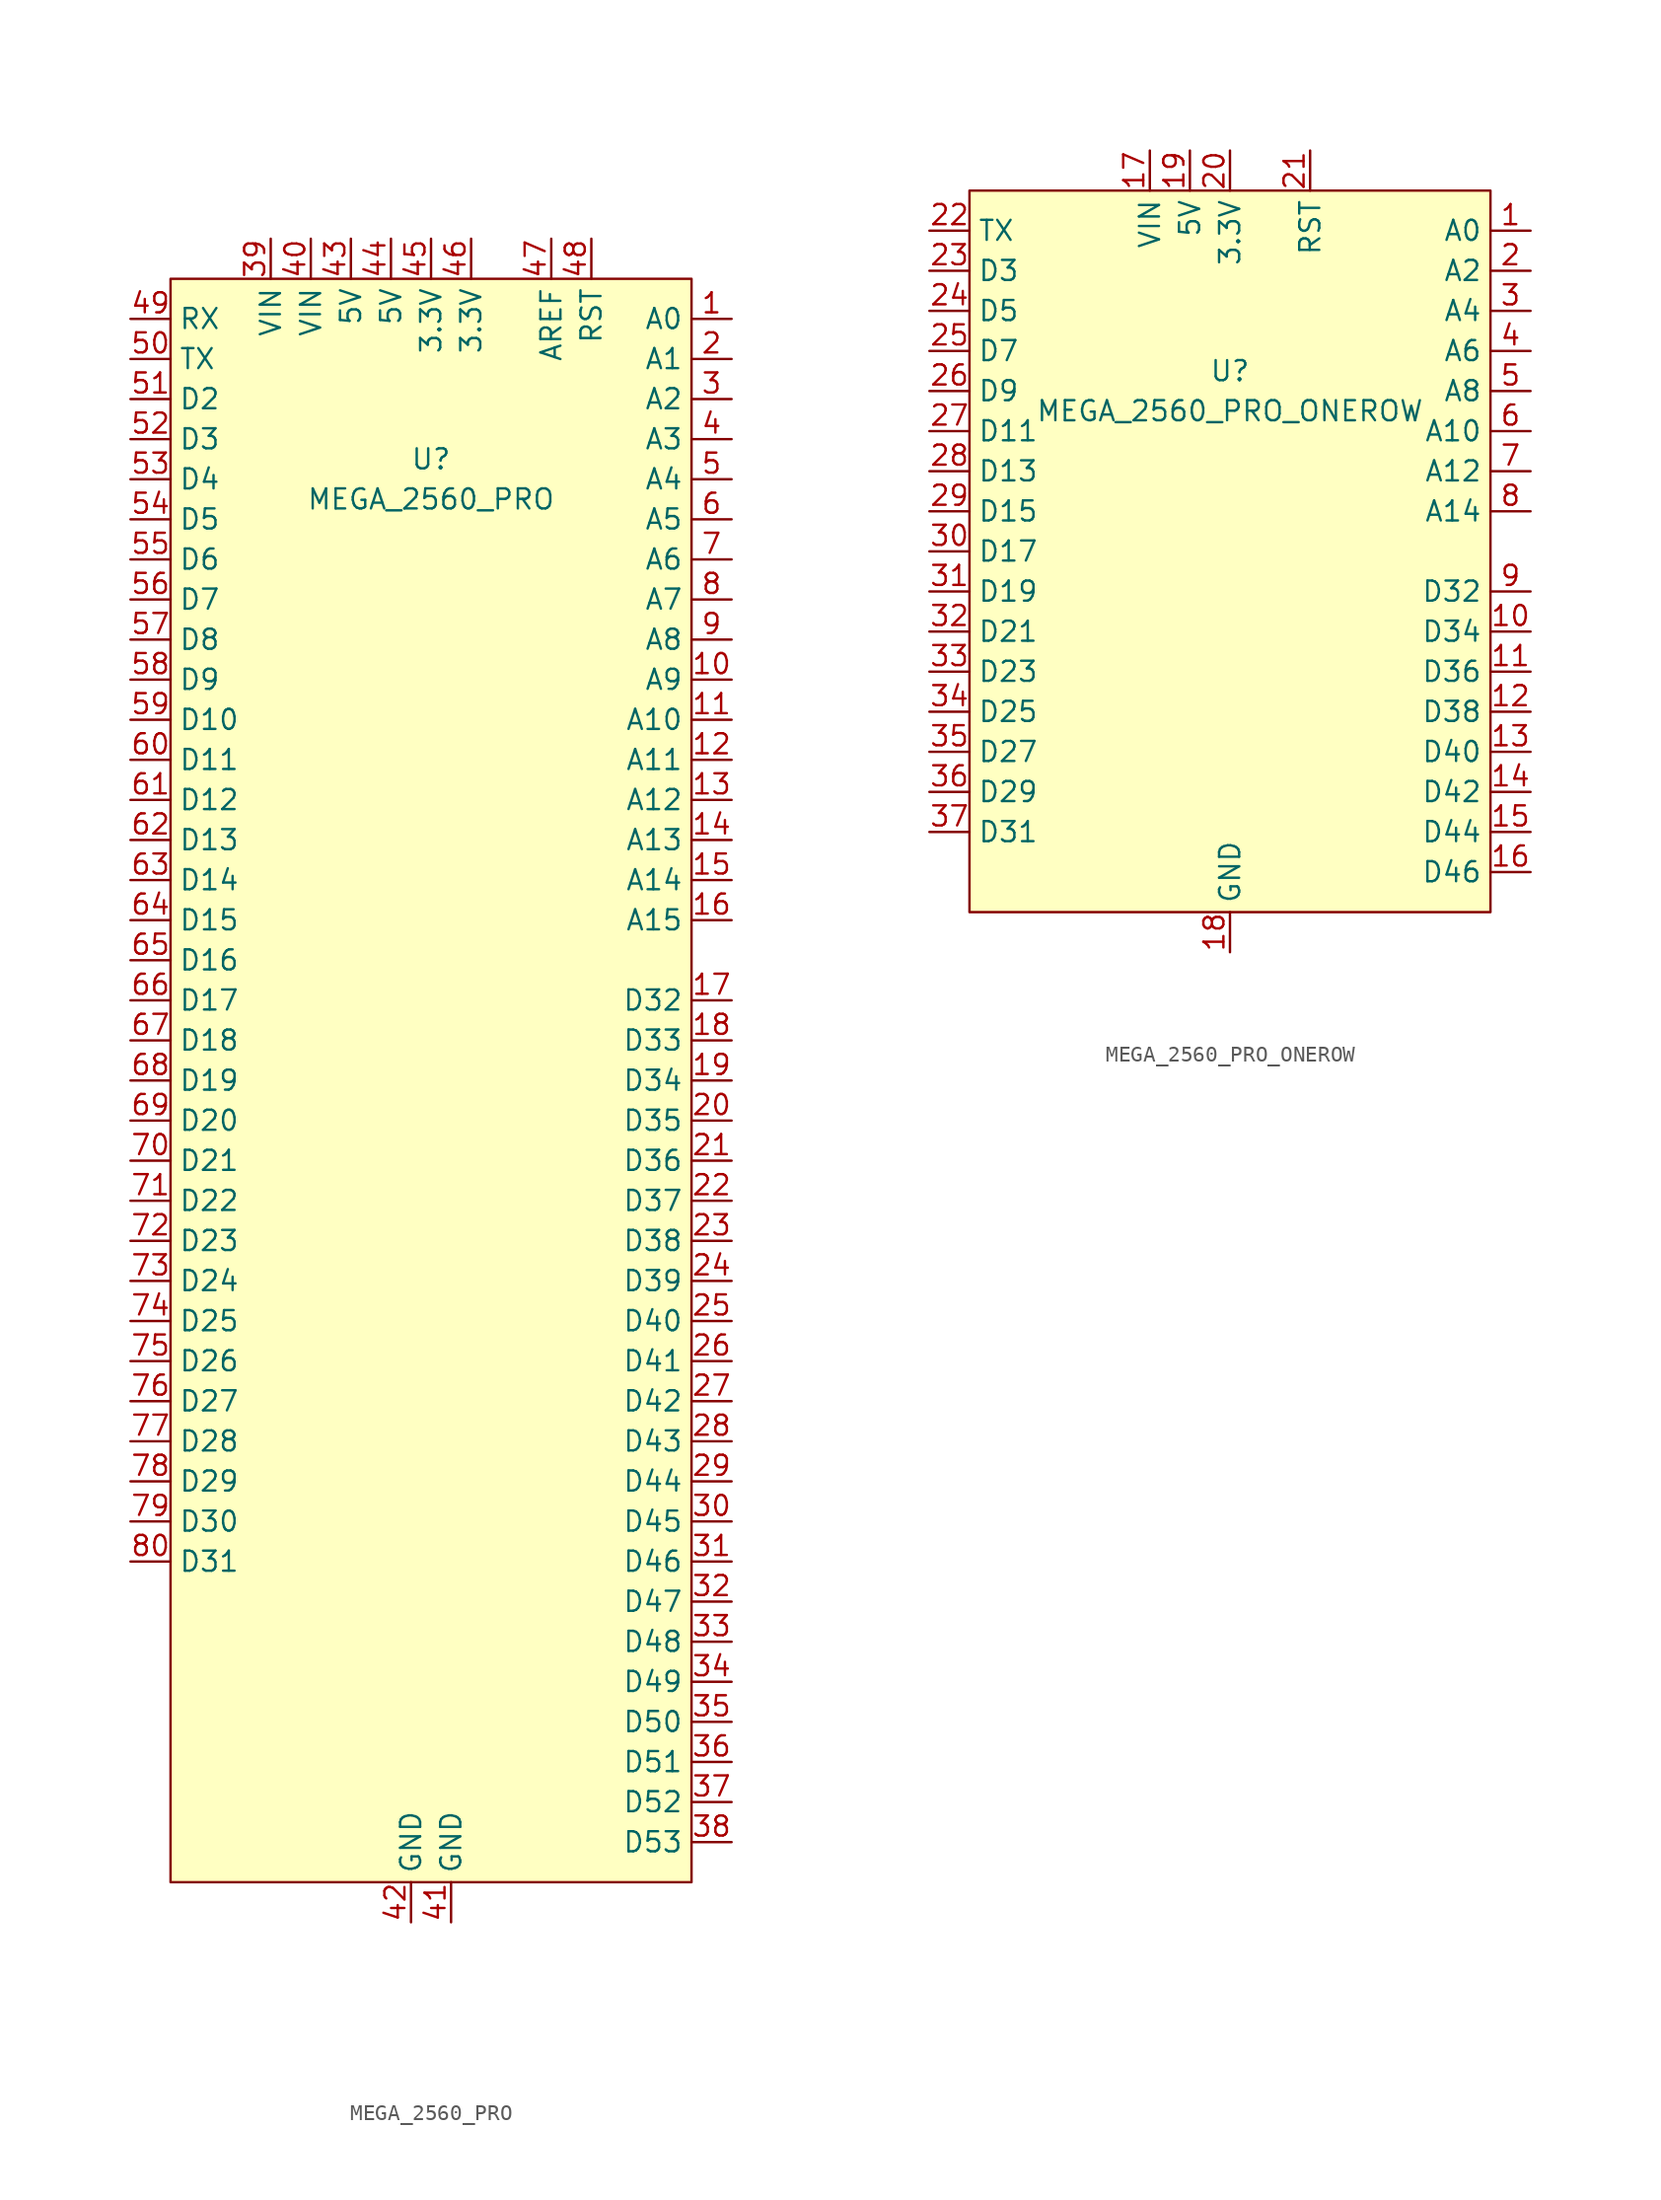
<source format=kicad_sym>
(kicad_symbol_lib
  (version 20211014)
  (generator kicad_symbol_editor)
  (symbol "MEGA_2560_PRO"
    (property "Reference" "U"
      (at 0 -11.43 0)
      (effects (font (size 1.27 1.27))))
    (property "Value" "MEGA_2560_PRO"
      (at 0 -13.97 0)
      (effects (font (size 1.27 1.27))))
    (symbol "MEGA_2560_PRO_0_1"
      (rectangle (start -16.51 0) (end 16.51 -101.6) (stroke (width 0) (type default) (color 0 0 0 0)) (fill (type background))))
    (symbol "MEGA_2560_PRO_1_1"
      (pin output line (at 19.05 -2.54 180) (length 2.54) (name "A0" (effects (font (size 1.27 1.27)))) (number "1" (effects (font (size 1.27 1.27)))))
      (pin output line (at 19.05 -25.4 180) (length 2.54) (name "A9" (effects (font (size 1.27 1.27)))) (number "10" (effects (font (size 1.27 1.27)))))
      (pin output line (at 19.05 -27.94 180) (length 2.54) (name "A10" (effects (font (size 1.27 1.27)))) (number "11" (effects (font (size 1.27 1.27)))))
      (pin output line (at 19.05 -30.48 180) (length 2.54) (name "A11" (effects (font (size 1.27 1.27)))) (number "12" (effects (font (size 1.27 1.27)))))
      (pin output line (at 19.05 -33.02 180) (length 2.54) (name "A12" (effects (font (size 1.27 1.27)))) (number "13" (effects (font (size 1.27 1.27)))))
      (pin output line (at 19.05 -35.56 180) (length 2.54) (name "A13" (effects (font (size 1.27 1.27)))) (number "14" (effects (font (size 1.27 1.27)))))
      (pin output line (at 19.05 -38.1 180) (length 2.54) (name "A14" (effects (font (size 1.27 1.27)))) (number "15" (effects (font (size 1.27 1.27)))))
      (pin output line (at 19.05 -40.64 180) (length 2.54) (name "A15" (effects (font (size 1.27 1.27)))) (number "16" (effects (font (size 1.27 1.27)))))
      (pin output line (at 19.05 -45.72 180) (length 2.54) (name "D32" (effects (font (size 1.27 1.27)))) (number "17" (effects (font (size 1.27 1.27)))))
      (pin output line (at 19.05 -48.26 180) (length 2.54) (name "D33" (effects (font (size 1.27 1.27)))) (number "18" (effects (font (size 1.27 1.27)))))
      (pin output line (at 19.05 -50.8 180) (length 2.54) (name "D34" (effects (font (size 1.27 1.27)))) (number "19" (effects (font (size 1.27 1.27)))))
      (pin output line (at 19.05 -5.08 180) (length 2.54) (name "A1" (effects (font (size 1.27 1.27)))) (number "2" (effects (font (size 1.27 1.27)))))
      (pin output line (at 19.05 -53.34 180) (length 2.54) (name "D35" (effects (font (size 1.27 1.27)))) (number "20" (effects (font (size 1.27 1.27)))))
      (pin output line (at 19.05 -55.88 180) (length 2.54) (name "D36" (effects (font (size 1.27 1.27)))) (number "21" (effects (font (size 1.27 1.27)))))
      (pin output line (at 19.05 -58.42 180) (length 2.54) (name "D37" (effects (font (size 1.27 1.27)))) (number "22" (effects (font (size 1.27 1.27)))))
      (pin output line (at 19.05 -60.96 180) (length 2.54) (name "D38" (effects (font (size 1.27 1.27)))) (number "23" (effects (font (size 1.27 1.27)))))
      (pin output line (at 19.05 -63.5 180) (length 2.54) (name "D39" (effects (font (size 1.27 1.27)))) (number "24" (effects (font (size 1.27 1.27)))))
      (pin output line (at 19.05 -66.04 180) (length 2.54) (name "D40" (effects (font (size 1.27 1.27)))) (number "25" (effects (font (size 1.27 1.27)))))
      (pin output line (at 19.05 -68.58 180) (length 2.54) (name "D41" (effects (font (size 1.27 1.27)))) (number "26" (effects (font (size 1.27 1.27)))))
      (pin output line (at 19.05 -71.12 180) (length 2.54) (name "D42" (effects (font (size 1.27 1.27)))) (number "27" (effects (font (size 1.27 1.27)))))
      (pin output line (at 19.05 -73.66 180) (length 2.54) (name "D43" (effects (font (size 1.27 1.27)))) (number "28" (effects (font (size 1.27 1.27)))))
      (pin output line (at 19.05 -76.2 180) (length 2.54) (name "D44" (effects (font (size 1.27 1.27)))) (number "29" (effects (font (size 1.27 1.27)))))
      (pin output line (at 19.05 -7.62 180) (length 2.54) (name "A2" (effects (font (size 1.27 1.27)))) (number "3" (effects (font (size 1.27 1.27)))))
      (pin output line (at 19.05 -78.74 180) (length 2.54) (name "D45" (effects (font (size 1.27 1.27)))) (number "30" (effects (font (size 1.27 1.27)))))
      (pin output line (at 19.05 -81.28 180) (length 2.54) (name "D46" (effects (font (size 1.27 1.27)))) (number "31" (effects (font (size 1.27 1.27)))))
      (pin output line (at 19.05 -83.82 180) (length 2.54) (name "D47" (effects (font (size 1.27 1.27)))) (number "32" (effects (font (size 1.27 1.27)))))
      (pin output line (at 19.05 -86.36 180) (length 2.54) (name "D48" (effects (font (size 1.27 1.27)))) (number "33" (effects (font (size 1.27 1.27)))))
      (pin output line (at 19.05 -88.9 180) (length 2.54) (name "D49" (effects (font (size 1.27 1.27)))) (number "34" (effects (font (size 1.27 1.27)))))
      (pin output line (at 19.05 -91.44 180) (length 2.54) (name "D50" (effects (font (size 1.27 1.27)))) (number "35" (effects (font (size 1.27 1.27)))))
      (pin output line (at 19.05 -93.98 180) (length 2.54) (name "D51" (effects (font (size 1.27 1.27)))) (number "36" (effects (font (size 1.27 1.27)))))
      (pin output line (at 19.05 -96.52 180) (length 2.54) (name "D52" (effects (font (size 1.27 1.27)))) (number "37" (effects (font (size 1.27 1.27)))))
      (pin output line (at 19.05 -99.06 180) (length 2.54) (name "D53" (effects (font (size 1.27 1.27)))) (number "38" (effects (font (size 1.27 1.27)))))
      (pin power_in line (at -10.16 2.54 270) (length 2.54) (name "VIN" (effects (font (size 1.27 1.27)))) (number "39" (effects (font (size 1.27 1.27)))))
      (pin output line (at 19.05 -10.16 180) (length 2.54) (name "A3" (effects (font (size 1.27 1.27)))) (number "4" (effects (font (size 1.27 1.27)))))
      (pin power_in line (at -7.62 2.54 270) (length 2.54) (name "VIN" (effects (font (size 1.27 1.27)))) (number "40" (effects (font (size 1.27 1.27)))))
      (pin power_in line (at 1.27 -104.14 90) (length 2.54) (name "GND" (effects (font (size 1.27 1.27)))) (number "41" (effects (font (size 1.27 1.27)))))
      (pin power_in line (at -1.27 -104.14 90) (length 2.54) (name "GND" (effects (font (size 1.27 1.27)))) (number "42" (effects (font (size 1.27 1.27)))))
      (pin power_out line (at -5.08 2.54 270) (length 2.54) (name "5V" (effects (font (size 1.27 1.27)))) (number "43" (effects (font (size 1.27 1.27)))))
      (pin power_out line (at -2.54 2.54 270) (length 2.54) (name "5V" (effects (font (size 1.27 1.27)))) (number "44" (effects (font (size 1.27 1.27)))))
      (pin power_out line (at 0 2.54 270) (length 2.54) (name "3.3V" (effects (font (size 1.27 1.27)))) (number "45" (effects (font (size 1.27 1.27)))))
      (pin power_out line (at 2.54 2.54 270) (length 2.54) (name "3.3V" (effects (font (size 1.27 1.27)))) (number "46" (effects (font (size 1.27 1.27)))))
      (pin output line (at 7.62 2.54 270) (length 2.54) (name "AREF" (effects (font (size 1.27 1.27)))) (number "47" (effects (font (size 1.27 1.27)))))
      (pin output line (at 10.16 2.54 270) (length 2.54) (name "RST" (effects (font (size 1.27 1.27)))) (number "48" (effects (font (size 1.27 1.27)))))
      (pin output line (at -19.05 -2.54 0) (length 2.54) (name "RX" (effects (font (size 1.27 1.27)))) (number "49" (effects (font (size 1.27 1.27)))))
      (pin output line (at 19.05 -12.7 180) (length 2.54) (name "A4" (effects (font (size 1.27 1.27)))) (number "5" (effects (font (size 1.27 1.27)))))
      (pin output line (at -19.05 -5.08 0) (length 2.54) (name "TX" (effects (font (size 1.27 1.27)))) (number "50" (effects (font (size 1.27 1.27)))))
      (pin output line (at -19.05 -7.62 0) (length 2.54) (name "D2" (effects (font (size 1.27 1.27)))) (number "51" (effects (font (size 1.27 1.27)))))
      (pin output line (at -19.05 -10.16 0) (length 2.54) (name "D3" (effects (font (size 1.27 1.27)))) (number "52" (effects (font (size 1.27 1.27)))))
      (pin output line (at -19.05 -12.7 0) (length 2.54) (name "D4" (effects (font (size 1.27 1.27)))) (number "53" (effects (font (size 1.27 1.27)))))
      (pin output line (at -19.05 -15.24 0) (length 2.54) (name "D5" (effects (font (size 1.27 1.27)))) (number "54" (effects (font (size 1.27 1.27)))))
      (pin output line (at -19.05 -17.78 0) (length 2.54) (name "D6" (effects (font (size 1.27 1.27)))) (number "55" (effects (font (size 1.27 1.27)))))
      (pin output line (at -19.05 -20.32 0) (length 2.54) (name "D7" (effects (font (size 1.27 1.27)))) (number "56" (effects (font (size 1.27 1.27)))))
      (pin output line (at -19.05 -22.86 0) (length 2.54) (name "D8" (effects (font (size 1.27 1.27)))) (number "57" (effects (font (size 1.27 1.27)))))
      (pin output line (at -19.05 -25.4 0) (length 2.54) (name "D9" (effects (font (size 1.27 1.27)))) (number "58" (effects (font (size 1.27 1.27)))))
      (pin output line (at -19.05 -27.94 0) (length 2.54) (name "D10" (effects (font (size 1.27 1.27)))) (number "59" (effects (font (size 1.27 1.27)))))
      (pin output line (at 19.05 -15.24 180) (length 2.54) (name "A5" (effects (font (size 1.27 1.27)))) (number "6" (effects (font (size 1.27 1.27)))))
      (pin output line (at -19.05 -30.48 0) (length 2.54) (name "D11" (effects (font (size 1.27 1.27)))) (number "60" (effects (font (size 1.27 1.27)))))
      (pin output line (at -19.05 -33.02 0) (length 2.54) (name "D12" (effects (font (size 1.27 1.27)))) (number "61" (effects (font (size 1.27 1.27)))))
      (pin output line (at -19.05 -35.56 0) (length 2.54) (name "D13" (effects (font (size 1.27 1.27)))) (number "62" (effects (font (size 1.27 1.27)))))
      (pin output line (at -19.05 -38.1 0) (length 2.54) (name "D14" (effects (font (size 1.27 1.27)))) (number "63" (effects (font (size 1.27 1.27)))))
      (pin output line (at -19.05 -40.64 0) (length 2.54) (name "D15" (effects (font (size 1.27 1.27)))) (number "64" (effects (font (size 1.27 1.27)))))
      (pin output line (at -19.05 -43.18 0) (length 2.54) (name "D16" (effects (font (size 1.27 1.27)))) (number "65" (effects (font (size 1.27 1.27)))))
      (pin output line (at -19.05 -45.72 0) (length 2.54) (name "D17" (effects (font (size 1.27 1.27)))) (number "66" (effects (font (size 1.27 1.27)))))
      (pin output line (at -19.05 -48.26 0) (length 2.54) (name "D18" (effects (font (size 1.27 1.27)))) (number "67" (effects (font (size 1.27 1.27)))))
      (pin output line (at -19.05 -50.8 0) (length 2.54) (name "D19" (effects (font (size 1.27 1.27)))) (number "68" (effects (font (size 1.27 1.27)))))
      (pin output line (at -19.05 -53.34 0) (length 2.54) (name "D20" (effects (font (size 1.27 1.27)))) (number "69" (effects (font (size 1.27 1.27)))))
      (pin output line (at 19.05 -17.78 180) (length 2.54) (name "A6" (effects (font (size 1.27 1.27)))) (number "7" (effects (font (size 1.27 1.27)))))
      (pin output line (at -19.05 -55.88 0) (length 2.54) (name "D21" (effects (font (size 1.27 1.27)))) (number "70" (effects (font (size 1.27 1.27)))))
      (pin output line (at -19.05 -58.42 0) (length 2.54) (name "D22" (effects (font (size 1.27 1.27)))) (number "71" (effects (font (size 1.27 1.27)))))
      (pin output line (at -19.05 -60.96 0) (length 2.54) (name "D23" (effects (font (size 1.27 1.27)))) (number "72" (effects (font (size 1.27 1.27)))))
      (pin output line (at -19.05 -63.5 0) (length 2.54) (name "D24" (effects (font (size 1.27 1.27)))) (number "73" (effects (font (size 1.27 1.27)))))
      (pin output line (at -19.05 -66.04 0) (length 2.54) (name "D25" (effects (font (size 1.27 1.27)))) (number "74" (effects (font (size 1.27 1.27)))))
      (pin output line (at -19.05 -68.58 0) (length 2.54) (name "D26" (effects (font (size 1.27 1.27)))) (number "75" (effects (font (size 1.27 1.27)))))
      (pin output line (at -19.05 -71.12 0) (length 2.54) (name "D27" (effects (font (size 1.27 1.27)))) (number "76" (effects (font (size 1.27 1.27)))))
      (pin output line (at -19.05 -73.66 0) (length 2.54) (name "D28" (effects (font (size 1.27 1.27)))) (number "77" (effects (font (size 1.27 1.27)))))
      (pin output line (at -19.05 -76.2 0) (length 2.54) (name "D29" (effects (font (size 1.27 1.27)))) (number "78" (effects (font (size 1.27 1.27)))))
      (pin output line (at -19.05 -78.74 0) (length 2.54) (name "D30" (effects (font (size 1.27 1.27)))) (number "79" (effects (font (size 1.27 1.27)))))
      (pin output line (at 19.05 -20.32 180) (length 2.54) (name "A7" (effects (font (size 1.27 1.27)))) (number "8" (effects (font (size 1.27 1.27)))))
      (pin output line (at -19.05 -81.28 0) (length 2.54) (name "D31" (effects (font (size 1.27 1.27)))) (number "80" (effects (font (size 1.27 1.27)))))
      (pin output line (at 19.05 -22.86 180) (length 2.54) (name "A8" (effects (font (size 1.27 1.27)))) (number "9" (effects (font (size 1.27 1.27)))))))
  (symbol "MEGA_2560_PRO_ONEROW"
    (property "Reference" "U"
      (at 0 -11.43 0)
      (effects (font (size 1.27 1.27))))
    (property "Value" "MEGA_2560_PRO_ONEROW"
      (at 0 -13.97 0)
      (effects (font (size 1.27 1.27))))
    (symbol "MEGA_2560_PRO_ONEROW_0_1"
      (rectangle (start -16.51 0) (end 16.51 -45.72) (stroke (width 0) (type default) (color 0 0 0 0)) (fill (type background))))
    (symbol "MEGA_2560_PRO_ONEROW_1_1"
      (pin output line (at 19.05 -2.54 180) (length 2.54) (name "A0" (effects (font (size 1.27 1.27)))) (number "1" (effects (font (size 1.27 1.27)))))
      (pin output line (at 19.05 -27.94 180) (length 2.54) (name "D34" (effects (font (size 1.27 1.27)))) (number "10" (effects (font (size 1.27 1.27)))))
      (pin output line (at 19.05 -30.48 180) (length 2.54) (name "D36" (effects (font (size 1.27 1.27)))) (number "11" (effects (font (size 1.27 1.27)))))
      (pin output line (at 19.05 -33.02 180) (length 2.54) (name "D38" (effects (font (size 1.27 1.27)))) (number "12" (effects (font (size 1.27 1.27)))))
      (pin output line (at 19.05 -35.56 180) (length 2.54) (name "D40" (effects (font (size 1.27 1.27)))) (number "13" (effects (font (size 1.27 1.27)))))
      (pin output line (at 19.05 -38.1 180) (length 2.54) (name "D42" (effects (font (size 1.27 1.27)))) (number "14" (effects (font (size 1.27 1.27)))))
      (pin output line (at 19.05 -40.64 180) (length 2.54) (name "D44" (effects (font (size 1.27 1.27)))) (number "15" (effects (font (size 1.27 1.27)))))
      (pin output line (at 19.05 -43.18 180) (length 2.54) (name "D46" (effects (font (size 1.27 1.27)))) (number "16" (effects (font (size 1.27 1.27)))))
      (pin power_in line (at -5.08 2.54 270) (length 2.54) (name "VIN" (effects (font (size 1.27 1.27)))) (number "17" (effects (font (size 1.27 1.27)))))
      (pin power_in line (at 0 -48.26 90) (length 2.54) (name "GND" (effects (font (size 1.27 1.27)))) (number "18" (effects (font (size 1.27 1.27)))))
      (pin power_out line (at -2.54 2.54 270) (length 2.54) (name "5V" (effects (font (size 1.27 1.27)))) (number "19" (effects (font (size 1.27 1.27)))))
      (pin output line (at 19.05 -5.08 180) (length 2.54) (name "A2" (effects (font (size 1.27 1.27)))) (number "2" (effects (font (size 1.27 1.27)))))
      (pin power_out line (at 0 2.54 270) (length 2.54) (name "3.3V" (effects (font (size 1.27 1.27)))) (number "20" (effects (font (size 1.27 1.27)))))
      (pin output line (at 5.08 2.54 270) (length 2.54) (name "RST" (effects (font (size 1.27 1.27)))) (number "21" (effects (font (size 1.27 1.27)))))
      (pin output line (at -19.05 -2.54 0) (length 2.54) (name "TX" (effects (font (size 1.27 1.27)))) (number "22" (effects (font (size 1.27 1.27)))))
      (pin output line (at -19.05 -5.08 0) (length 2.54) (name "D3" (effects (font (size 1.27 1.27)))) (number "23" (effects (font (size 1.27 1.27)))))
      (pin output line (at -19.05 -7.62 0) (length 2.54) (name "D5" (effects (font (size 1.27 1.27)))) (number "24" (effects (font (size 1.27 1.27)))))
      (pin output line (at -19.05 -10.16 0) (length 2.54) (name "D7" (effects (font (size 1.27 1.27)))) (number "25" (effects (font (size 1.27 1.27)))))
      (pin output line (at -19.05 -12.7 0) (length 2.54) (name "D9" (effects (font (size 1.27 1.27)))) (number "26" (effects (font (size 1.27 1.27)))))
      (pin output line (at -19.05 -15.24 0) (length 2.54) (name "D11" (effects (font (size 1.27 1.27)))) (number "27" (effects (font (size 1.27 1.27)))))
      (pin output line (at -19.05 -17.78 0) (length 2.54) (name "D13" (effects (font (size 1.27 1.27)))) (number "28" (effects (font (size 1.27 1.27)))))
      (pin output line (at -19.05 -20.32 0) (length 2.54) (name "D15" (effects (font (size 1.27 1.27)))) (number "29" (effects (font (size 1.27 1.27)))))
      (pin output line (at 19.05 -7.62 180) (length 2.54) (name "A4" (effects (font (size 1.27 1.27)))) (number "3" (effects (font (size 1.27 1.27)))))
      (pin output line (at -19.05 -22.86 0) (length 2.54) (name "D17" (effects (font (size 1.27 1.27)))) (number "30" (effects (font (size 1.27 1.27)))))
      (pin output line (at -19.05 -25.4 0) (length 2.54) (name "D19" (effects (font (size 1.27 1.27)))) (number "31" (effects (font (size 1.27 1.27)))))
      (pin output line (at -19.05 -27.94 0) (length 2.54) (name "D21" (effects (font (size 1.27 1.27)))) (number "32" (effects (font (size 1.27 1.27)))))
      (pin output line (at -19.05 -30.48 0) (length 2.54) (name "D23" (effects (font (size 1.27 1.27)))) (number "33" (effects (font (size 1.27 1.27)))))
      (pin output line (at -19.05 -33.02 0) (length 2.54) (name "D25" (effects (font (size 1.27 1.27)))) (number "34" (effects (font (size 1.27 1.27)))))
      (pin output line (at -19.05 -35.56 0) (length 2.54) (name "D27" (effects (font (size 1.27 1.27)))) (number "35" (effects (font (size 1.27 1.27)))))
      (pin output line (at -19.05 -38.1 0) (length 2.54) (name "D29" (effects (font (size 1.27 1.27)))) (number "36" (effects (font (size 1.27 1.27)))))
      (pin output line (at -19.05 -40.64 0) (length 2.54) (name "D31" (effects (font (size 1.27 1.27)))) (number "37" (effects (font (size 1.27 1.27)))))
      (pin output line (at 19.05 -10.16 180) (length 2.54) (name "A6" (effects (font (size 1.27 1.27)))) (number "4" (effects (font (size 1.27 1.27)))))
      (pin output line (at 19.05 -12.7 180) (length 2.54) (name "A8" (effects (font (size 1.27 1.27)))) (number "5" (effects (font (size 1.27 1.27)))))
      (pin output line (at 19.05 -15.24 180) (length 2.54) (name "A10" (effects (font (size 1.27 1.27)))) (number "6" (effects (font (size 1.27 1.27)))))
      (pin output line (at 19.05 -17.78 180) (length 2.54) (name "A12" (effects (font (size 1.27 1.27)))) (number "7" (effects (font (size 1.27 1.27)))))
      (pin output line (at 19.05 -20.32 180) (length 2.54) (name "A14" (effects (font (size 1.27 1.27)))) (number "8" (effects (font (size 1.27 1.27)))))
      (pin output line (at 19.05 -25.4 180) (length 2.54) (name "D32" (effects (font (size 1.27 1.27)))) (number "9" (effects (font (size 1.27 1.27))))))))
</source>
